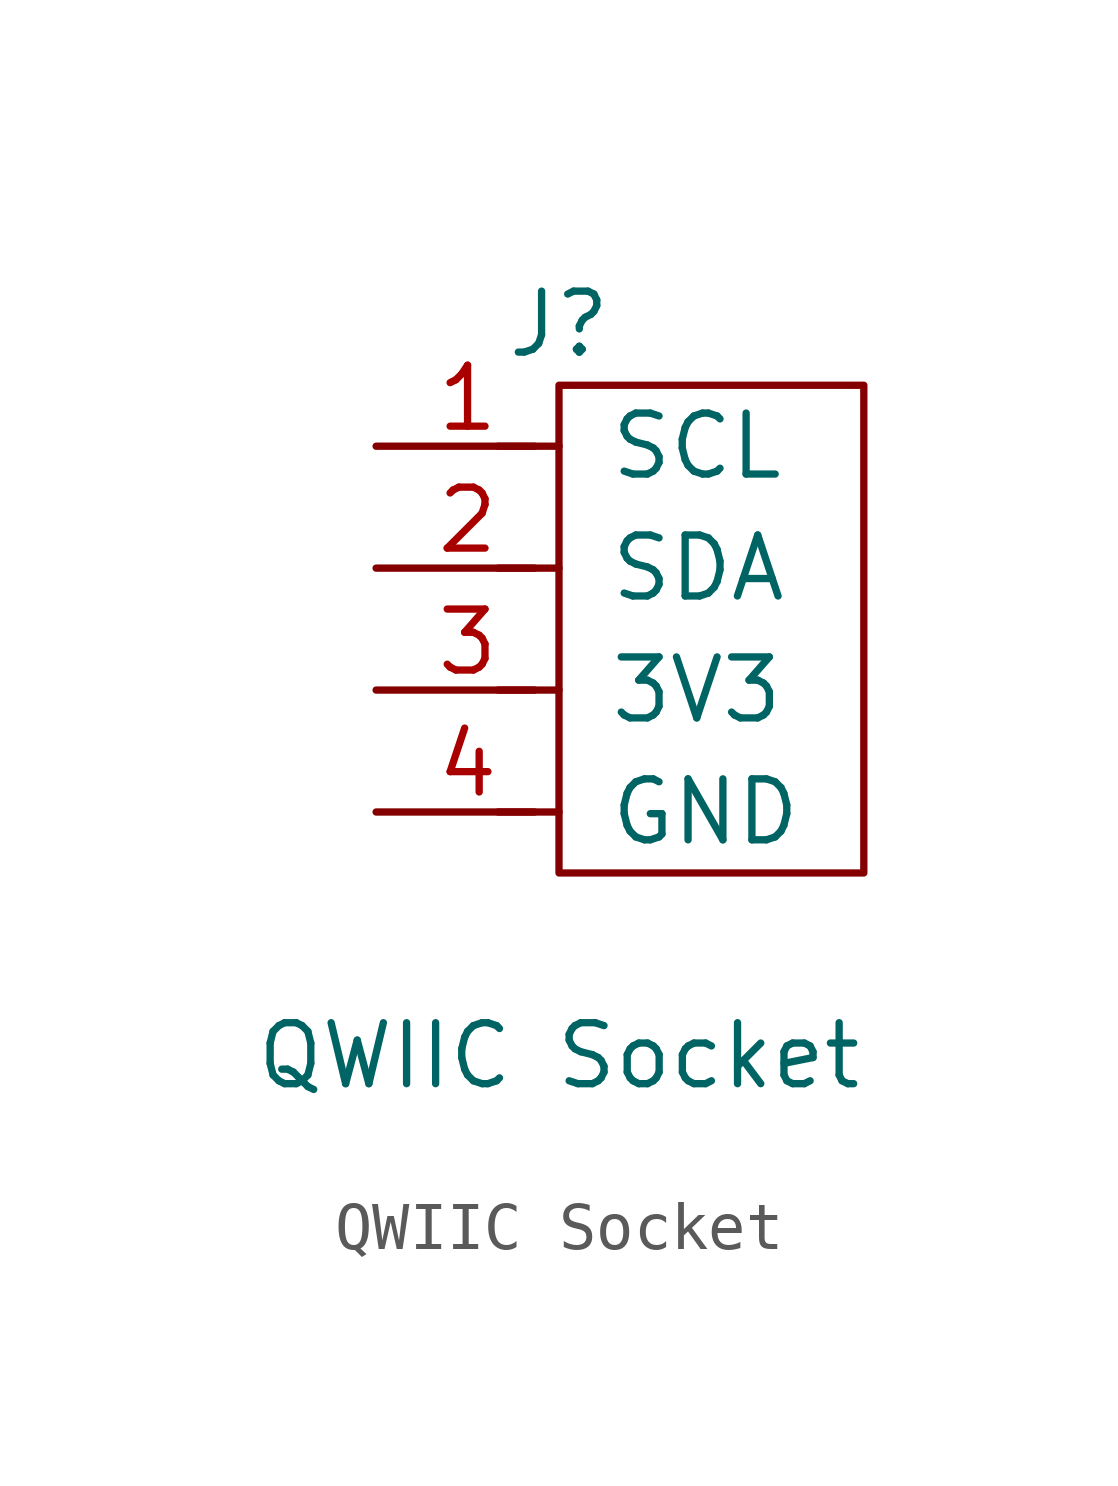
<source format=kicad_sym>
(kicad_symbol_lib
  (version 20220914)
  (generator kicad_symbol_editor)
  (symbol "QWIIC Socket"
    (pin_names
      (offset 1.016))
    (property "Reference" "J"
      (at 0 5.08 0)
      (effects (font (size 1.27 1.27))))
    (property "Value" "QWIIC Socket"
      (at 0 -10.16 0)
      (effects (font (size 1.27 1.27))))
    (symbol "QWIIC Socket_0_1"
      (rectangle (start 0 3.81) (end 6.35 -6.35) (stroke (width 0) (type default)) (fill (type none))))
    (symbol "QWIIC Socket_1_1"
      (polyline (pts (xy -1.27 -5.08) (xy -0.508 -5.08)) (stroke (width 0.152) (type default)) (fill (type none)))
      (polyline (pts (xy -1.27 -2.54) (xy -0.508 -2.54)) (stroke (width 0.152) (type default)) (fill (type none)))
      (polyline (pts (xy -1.27 0) (xy -0.508 0)) (stroke (width 0.152) (type default)) (fill (type none)))
      (polyline (pts (xy -1.27 2.54) (xy -0.508 2.54)) (stroke (width 0.152) (type default)) (fill (type none)))
      (pin passive line (at -3.81 2.54 0) (length 3.81) (name "SCL" (effects (font (size 1.27 1.27)))) (number "1" (effects (font (size 1.27 1.27)))))
      (pin passive line (at -3.81 0 0) (length 3.81) (name "SDA" (effects (font (size 1.27 1.27)))) (number "2" (effects (font (size 1.27 1.27)))))
      (pin power_in line (at -3.81 -2.54 0) (length 3.81) (name "3V3" (effects (font (size 1.27 1.27)))) (number "3" (effects (font (size 1.27 1.27)))))
      (pin power_in line (at -3.81 -5.08 0) (length 3.81) (name "GND" (effects (font (size 1.27 1.27)))) (number "4" (effects (font (size 1.27 1.27))))))))
</source>
